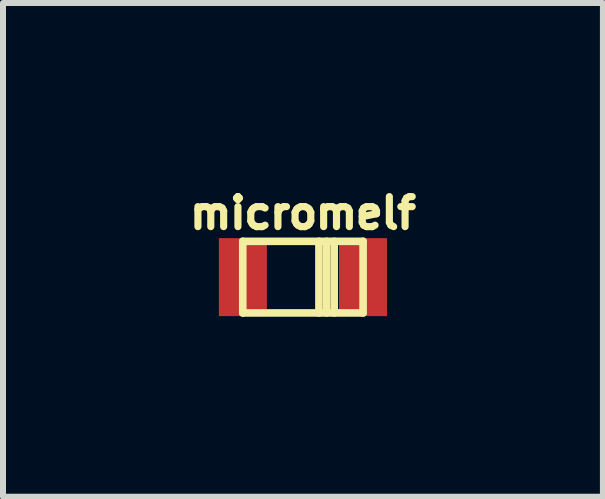
<source format=kicad_pcb>
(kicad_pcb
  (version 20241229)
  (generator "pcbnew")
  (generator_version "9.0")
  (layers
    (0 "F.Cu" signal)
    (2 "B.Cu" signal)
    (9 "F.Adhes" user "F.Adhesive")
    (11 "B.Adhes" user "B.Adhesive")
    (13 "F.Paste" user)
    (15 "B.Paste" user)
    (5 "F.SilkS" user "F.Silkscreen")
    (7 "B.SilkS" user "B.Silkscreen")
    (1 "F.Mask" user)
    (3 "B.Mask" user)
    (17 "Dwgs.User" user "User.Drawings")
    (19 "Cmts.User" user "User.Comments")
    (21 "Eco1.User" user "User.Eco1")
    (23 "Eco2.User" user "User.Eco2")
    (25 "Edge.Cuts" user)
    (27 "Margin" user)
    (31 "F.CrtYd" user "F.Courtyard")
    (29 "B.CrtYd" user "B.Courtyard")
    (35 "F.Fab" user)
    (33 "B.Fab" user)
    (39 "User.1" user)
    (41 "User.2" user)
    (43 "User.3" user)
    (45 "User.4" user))
  (footprint "micromelf"
    (layer "F.Cu")
    (at 1.999 1.569)
    (property "Reference" "micromelf" (at 0 -1.067 0) (layer "F.SilkS") (effects (font (size 0.5 0.5) (thickness 0.119))))
    (attr through_hole)
    (fp_line (start -1.003 -0.597) (end -1.003 0.597) (stroke (width 0.127) (type solid)) (layer "F.SilkS"))
    (fp_line (start -1.003 0.597) (end 1.003 0.597) (stroke (width 0.127) (type solid)) (layer "F.SilkS"))
    (fp_line (start 0.267 -0.597) (end 0.267 0.597) (stroke (width 0.127) (type solid)) (layer "F.SilkS"))
    (fp_line (start 0.394 0.597) (end 0.394 -0.597) (stroke (width 0.127) (type solid)) (layer "F.SilkS"))
    (fp_line (start 0.521 -0.597) (end 0.521 0.597) (stroke (width 0.127) (type solid)) (layer "F.SilkS"))
    (fp_line (start 1.003 -0.597) (end -1.003 -0.597) (stroke (width 0.127) (type solid)) (layer "F.SilkS"))
    (fp_line (start 1.003 0.597) (end 1.003 -0.597) (stroke (width 0.127) (type solid)) (layer "F.SilkS"))
    (pad "1" smd rect (at -1.001 0) (size 0.8 1.3) (layers "F.Cu" "F.Mask" "F.Paste"))
    (pad "2" smd rect (at 1.001 0) (size 0.8 1.3) (layers "F.Cu" "F.Mask" "F.Paste")))
  (gr_rect
    (start -3 -3)
    (end 6.999 5.229)
    (stroke (width 0.1) (type default))
    (fill no)
    (layer "Edge.Cuts")))
</source>
